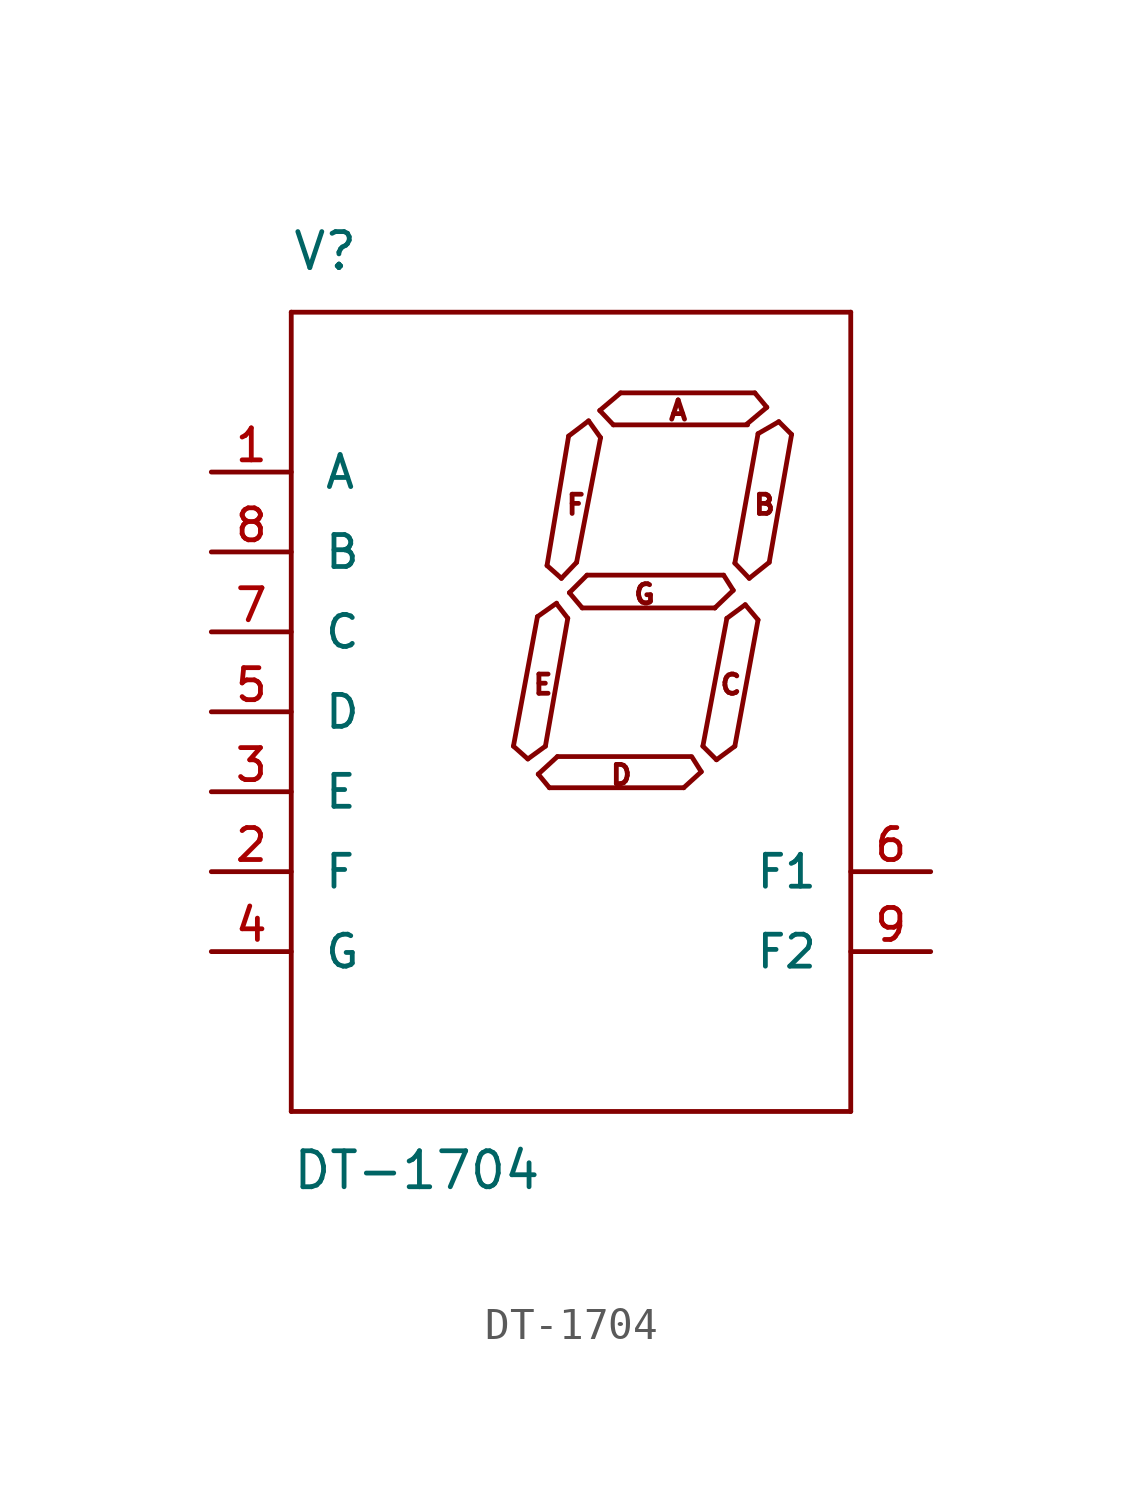
<source format=kicad_sym>
(kicad_symbol_lib
  (version 20220914)
  (generator kicad_symbol_editor)
  (symbol "DT-1704"
    (pin_names
      (offset 1.016))
    (property "Reference" "V"
      (at -10.16 16.51 0)
      (effects (font (size 1.143 1.143)) (justify left bottom)))
    (property "Value" "DT-1704"
      (at -10.16 -12.7 0)
      (effects (font (size 1.143 1.143)) (justify left bottom)))
    (property "ki_locked" ""
      (at 0 0 0)
      (effects (font (size 1.27 1.27))))
    (symbol "DT-1704_1_0"
      (polyline (pts (xy -10.16 -10.16) (xy -10.16 15.24)) (stroke (width 0) (type solid)) (fill (type none)))
      (polyline (pts (xy -10.16 15.24) (xy 7.62 15.24)) (stroke (width 0) (type solid)) (fill (type none)))
      (polyline (pts (xy -3.099 1.448) (xy -2.337 5.563)) (stroke (width 0) (type solid)) (fill (type none)))
      (polyline (pts (xy -2.642 1.041) (xy -3.099 1.448)) (stroke (width 0) (type solid)) (fill (type none)))
      (polyline (pts (xy -2.337 5.563) (xy -1.727 5.994)) (stroke (width 0) (type solid)) (fill (type none)))
      (polyline (pts (xy -2.311 0.559) (xy -1.702 1.118)) (stroke (width 0) (type solid)) (fill (type none)))
      (polyline (pts (xy -2.083 1.448) (xy -2.642 1.041)) (stroke (width 0) (type solid)) (fill (type none)))
      (polyline (pts (xy -2.032 7.188) (xy -1.346 11.303)) (stroke (width 0) (type solid)) (fill (type none)))
      (polyline (pts (xy -1.956 0.127) (xy -2.311 0.559)) (stroke (width 0) (type solid)) (fill (type none)))
      (polyline (pts (xy -1.727 5.969) (xy -1.372 5.512)) (stroke (width 0) (type solid)) (fill (type none)))
      (polyline (pts (xy -1.702 1.118) (xy 2.515 1.118)) (stroke (width 0) (type solid)) (fill (type none)))
      (polyline (pts (xy -1.575 6.782) (xy -2.032 7.188)) (stroke (width 0) (type solid)) (fill (type none)))
      (polyline (pts (xy -1.372 5.512) (xy -2.083 1.448)) (stroke (width 0) (type solid)) (fill (type none)))
      (polyline (pts (xy -1.346 11.303) (xy -0.711 11.786)) (stroke (width 0) (type solid)) (fill (type none)))
      (polyline (pts (xy -1.321 6.325) (xy -0.762 6.883)) (stroke (width 0) (type solid)) (fill (type none)))
      (polyline (pts (xy -1.092 7.29) (xy -1.575 6.782)) (stroke (width 0) (type solid)) (fill (type none)))
      (polyline (pts (xy -0.914 5.842) (xy -1.321 6.325)) (stroke (width 0) (type solid)) (fill (type none)))
      (polyline (pts (xy -0.762 6.883) (xy 3.581 6.883)) (stroke (width 0) (type solid)) (fill (type none)))
      (polyline (pts (xy -0.711 11.786) (xy -0.33 11.252)) (stroke (width 0) (type solid)) (fill (type none)))
      (polyline (pts (xy -0.356 12.116) (xy 0.305 12.675)) (stroke (width 0) (type solid)) (fill (type none)))
      (polyline (pts (xy -0.33 11.252) (xy -1.092 7.29)) (stroke (width 0) (type solid)) (fill (type none)))
      (polyline (pts (xy 0.076 11.659) (xy -0.356 12.116)) (stroke (width 0) (type solid)) (fill (type none)))
      (polyline (pts (xy 0.305 12.675) (xy 4.572 12.675)) (stroke (width 0) (type solid)) (fill (type none)))
      (polyline (pts (xy 2.311 0.127) (xy -1.956 0.127)) (stroke (width 0) (type solid)) (fill (type none)))
      (polyline (pts (xy 2.565 1.118) (xy 2.87 0.635)) (stroke (width 0) (type solid)) (fill (type none)))
      (polyline (pts (xy 2.87 0.635) (xy 2.311 0.127)) (stroke (width 0) (type solid)) (fill (type none)))
      (polyline (pts (xy 2.921 1.448) (xy 3.683 5.512)) (stroke (width 0) (type solid)) (fill (type none)))
      (polyline (pts (xy 3.302 5.842) (xy -0.914 5.842)) (stroke (width 0) (type solid)) (fill (type none)))
      (polyline (pts (xy 3.302 5.842) (xy 3.302 5.842)) (stroke (width 0) (type solid)) (fill (type none)))
      (polyline (pts (xy 3.353 1.016) (xy 2.921 1.448)) (stroke (width 0) (type solid)) (fill (type none)))
      (polyline (pts (xy 3.581 6.883) (xy 3.886 6.401)) (stroke (width 0) (type solid)) (fill (type none)))
      (polyline (pts (xy 3.683 5.512) (xy 4.267 5.944)) (stroke (width 0) (type solid)) (fill (type none)))
      (polyline (pts (xy 3.886 6.401) (xy 3.302 5.842)) (stroke (width 0) (type solid)) (fill (type none)))
      (polyline (pts (xy 3.937 1.448) (xy 3.353 1.016)) (stroke (width 0) (type solid)) (fill (type none)))
      (polyline (pts (xy 3.937 7.264) (xy 4.674 11.379)) (stroke (width 0) (type solid)) (fill (type none)))
      (polyline (pts (xy 4.267 5.944) (xy 4.674 5.461)) (stroke (width 0) (type solid)) (fill (type none)))
      (polyline (pts (xy 4.343 11.659) (xy 0.076 11.659)) (stroke (width 0) (type solid)) (fill (type none)))
      (polyline (pts (xy 4.394 6.782) (xy 3.937 7.264)) (stroke (width 0) (type solid)) (fill (type none)))
      (polyline (pts (xy 4.572 12.675) (xy 4.953 12.217)) (stroke (width 0) (type solid)) (fill (type none)))
      (polyline (pts (xy 4.674 5.461) (xy 3.937 1.448)) (stroke (width 0) (type solid)) (fill (type none)))
      (polyline (pts (xy 4.674 11.379) (xy 5.334 11.76)) (stroke (width 0) (type solid)) (fill (type none)))
      (polyline (pts (xy 4.953 12.217) (xy 4.318 11.684)) (stroke (width 0) (type solid)) (fill (type none)))
      (polyline (pts (xy 5.029 7.29) (xy 4.394 6.782)) (stroke (width 0) (type solid)) (fill (type none)))
      (polyline (pts (xy 5.334 11.76) (xy 5.74 11.354)) (stroke (width 0) (type solid)) (fill (type none)))
      (polyline (pts (xy 5.74 11.354) (xy 5.029 7.29)) (stroke (width 0) (type solid)) (fill (type none)))
      (polyline (pts (xy 7.62 -10.16) (xy -10.16 -10.16)) (stroke (width 0) (type solid)) (fill (type none)))
      (polyline (pts (xy 7.62 15.24) (xy 7.62 -10.16)) (stroke (width 0) (type solid)) (fill (type none)))
      (text "A" (at 2.134 12.116 0) (effects (font (size 0.61 0.61))))
      (text "B" (at 4.877 9.119 0) (effects (font (size 0.61 0.61))))
      (text "C" (at 3.81 3.404 0) (effects (font (size 0.61 0.61))))
      (text "D" (at 0.33 0.533 0) (effects (font (size 0.61 0.61))))
      (text "E" (at -2.159 3.404 0) (effects (font (size 0.61 0.61))))
      (text "F" (at -1.118 9.119 0) (effects (font (size 0.61 0.61))))
      (text "G" (at 1.067 6.274 0) (effects (font (size 0.61 0.61)))))
    (symbol "DT-1704_1_1"
      (pin passive line (at -12.7 10.16 0) (length 2.54) (name "A" (effects (font (size 1.016 1.016)))) (number "1" (effects (font (size 1.016 1.016)))))
      (pin passive line (at -12.7 -2.54 0) (length 2.54) (name "F" (effects (font (size 1.016 1.016)))) (number "2" (effects (font (size 1.016 1.016)))))
      (pin passive line (at -12.7 0 0) (length 2.54) (name "E" (effects (font (size 1.016 1.016)))) (number "3" (effects (font (size 1.016 1.016)))))
      (pin passive line (at -12.7 -5.08 0) (length 2.54) (name "G" (effects (font (size 1.016 1.016)))) (number "4" (effects (font (size 1.016 1.016)))))
      (pin passive line (at -12.7 2.54 0) (length 2.54) (name "D" (effects (font (size 1.016 1.016)))) (number "5" (effects (font (size 1.016 1.016)))))
      (pin passive line (at 10.16 -2.54 180) (length 2.54) (name "F1" (effects (font (size 1.016 1.016)))) (number "6" (effects (font (size 1.016 1.016)))))
      (pin passive line (at -12.7 5.08 0) (length 2.54) (name "C" (effects (font (size 1.016 1.016)))) (number "7" (effects (font (size 1.016 1.016)))))
      (pin passive line (at -12.7 7.62 0) (length 2.54) (name "B" (effects (font (size 1.016 1.016)))) (number "8" (effects (font (size 1.016 1.016)))))
      (pin passive line (at 10.16 -5.08 180) (length 2.54) (name "F2" (effects (font (size 1.016 1.016)))) (number "9" (effects (font (size 1.016 1.016))))))))
</source>
